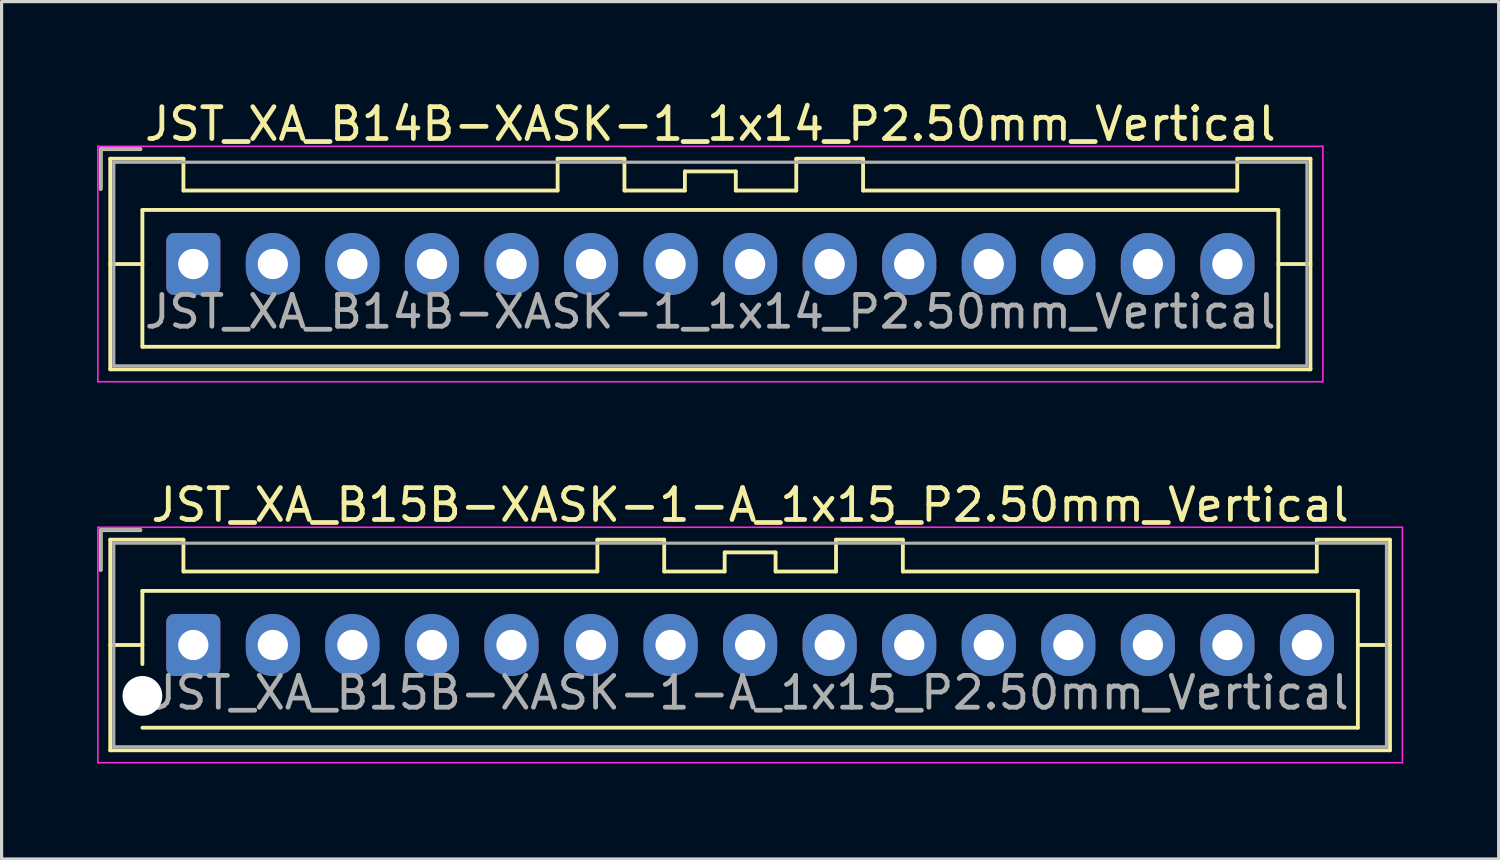
<source format=kicad_pcb>
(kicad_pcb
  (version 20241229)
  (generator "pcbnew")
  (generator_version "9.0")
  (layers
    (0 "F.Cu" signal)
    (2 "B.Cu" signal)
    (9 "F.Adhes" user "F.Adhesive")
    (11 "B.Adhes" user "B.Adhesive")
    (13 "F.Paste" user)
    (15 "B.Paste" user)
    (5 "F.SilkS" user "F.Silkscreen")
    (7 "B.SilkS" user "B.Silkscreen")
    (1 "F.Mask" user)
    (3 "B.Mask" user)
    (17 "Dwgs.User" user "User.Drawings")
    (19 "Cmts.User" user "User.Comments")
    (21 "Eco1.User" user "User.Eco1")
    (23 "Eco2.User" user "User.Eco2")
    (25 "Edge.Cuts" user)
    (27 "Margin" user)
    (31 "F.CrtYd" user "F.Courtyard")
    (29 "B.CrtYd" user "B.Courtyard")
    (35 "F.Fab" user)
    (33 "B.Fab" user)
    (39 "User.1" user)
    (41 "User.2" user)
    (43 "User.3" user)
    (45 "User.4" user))
  (footprint "JST_XA_B15B-XASK-1-A_1x15_P2.50mm_Vertical"
    (layer "F.Cu")
    (at 3.025 17.221)
    (property "Reference" "JST_XA_B15B-XASK-1-A_1x15_P2.50mm_Vertical" (at 17.5 -4.4 0) (layer "F.SilkS") (effects (font (size 1 1) (thickness 0.15))))
    (attr through_hole)
    (fp_line (start -2.91 -3.61) (end -2.91 -2.36) (stroke (width 0.12) (type solid)) (layer "F.SilkS"))
    (fp_line (start -2.61 -3.31) (end -2.61 3.31) (stroke (width 0.12) (type solid)) (layer "F.SilkS"))
    (fp_line (start -2.61 0) (end -1.6 0) (stroke (width 0.12) (type solid)) (layer "F.SilkS"))
    (fp_line (start -2.61 3.31) (end 37.61 3.31) (stroke (width 0.12) (type solid)) (layer "F.SilkS"))
    (fp_line (start -1.66 -3.61) (end -2.91 -3.61) (stroke (width 0.12) (type solid)) (layer "F.SilkS"))
    (fp_line (start -1.6 -1.7) (end 36.6 -1.7) (stroke (width 0.12) (type solid)) (layer "F.SilkS"))
    (fp_line (start -1.6 0.6) (end -1.6 -1.7) (stroke (width 0.12) (type solid)) (layer "F.SilkS"))
    (fp_line (start -0.31 -3.31) (end -2.61 -3.31) (stroke (width 0.12) (type solid)) (layer "F.SilkS"))
    (fp_line (start -0.31 -2.31) (end -0.31 -3.31) (stroke (width 0.12) (type solid)) (layer "F.SilkS"))
    (fp_line (start 12.7 -3.31) (end 12.7 -2.31) (stroke (width 0.12) (type solid)) (layer "F.SilkS"))
    (fp_line (start 12.7 -2.31) (end -0.31 -2.31) (stroke (width 0.12) (type solid)) (layer "F.SilkS"))
    (fp_line (start 14.8 -3.31) (end 12.7 -3.31) (stroke (width 0.12) (type solid)) (layer "F.SilkS"))
    (fp_line (start 14.8 -2.31) (end 14.8 -3.31) (stroke (width 0.12) (type solid)) (layer "F.SilkS"))
    (fp_line (start 16.7 -2.91) (end 16.7 -2.31) (stroke (width 0.12) (type solid)) (layer "F.SilkS"))
    (fp_line (start 16.7 -2.31) (end 14.8 -2.31) (stroke (width 0.12) (type solid)) (layer "F.SilkS"))
    (fp_line (start 18.3 -2.91) (end 16.7 -2.91) (stroke (width 0.12) (type solid)) (layer "F.SilkS"))
    (fp_line (start 18.3 -2.31) (end 18.3 -2.91) (stroke (width 0.12) (type solid)) (layer "F.SilkS"))
    (fp_line (start 20.2 -3.31) (end 20.2 -2.31) (stroke (width 0.12) (type solid)) (layer "F.SilkS"))
    (fp_line (start 20.2 -2.31) (end 18.3 -2.31) (stroke (width 0.12) (type solid)) (layer "F.SilkS"))
    (fp_line (start 22.3 -3.31) (end 20.2 -3.31) (stroke (width 0.12) (type solid)) (layer "F.SilkS"))
    (fp_line (start 22.3 -2.31) (end 22.3 -3.31) (stroke (width 0.12) (type solid)) (layer "F.SilkS"))
    (fp_line (start 35.31 -3.31) (end 35.31 -2.31) (stroke (width 0.12) (type solid)) (layer "F.SilkS"))
    (fp_line (start 35.31 -2.31) (end 22.3 -2.31) (stroke (width 0.12) (type solid)) (layer "F.SilkS"))
    (fp_line (start 36.6 -1.7) (end 36.6 2.6) (stroke (width 0.12) (type solid)) (layer "F.SilkS"))
    (fp_line (start 36.6 2.6) (end -1.6 2.6) (stroke (width 0.12) (type solid)) (layer "F.SilkS"))
    (fp_line (start 37.61 -3.31) (end 35.31 -3.31) (stroke (width 0.12) (type solid)) (layer "F.SilkS"))
    (fp_line (start 37.61 0) (end 36.6 0) (stroke (width 0.12) (type solid)) (layer "F.SilkS"))
    (fp_line (start 37.61 3.31) (end 37.61 -3.31) (stroke (width 0.12) (type solid)) (layer "F.SilkS"))
    (fp_line (start -3 -3.7) (end -3 3.7) (stroke (width 0.05) (type solid)) (layer "F.CrtYd"))
    (fp_line (start -3 3.7) (end 38 3.7) (stroke (width 0.05) (type solid)) (layer "F.CrtYd"))
    (fp_line (start 38 -3.7) (end -3 -3.7) (stroke (width 0.05) (type solid)) (layer "F.CrtYd"))
    (fp_line (start 38 3.7) (end 38 -3.7) (stroke (width 0.05) (type solid)) (layer "F.CrtYd"))
    (fp_line (start -2.91 -3.61) (end -2.91 -2.36) (stroke (width 0.1) (type solid)) (layer "F.Fab"))
    (fp_line (start -2.5 -3.2) (end -2.5 3.2) (stroke (width 0.1) (type solid)) (layer "F.Fab"))
    (fp_line (start -2.5 3.2) (end 37.5 3.2) (stroke (width 0.1) (type solid)) (layer "F.Fab"))
    (fp_line (start -1.66 -3.61) (end -2.91 -3.61) (stroke (width 0.1) (type solid)) (layer "F.Fab"))
    (fp_line (start 37.5 -3.2) (end -2.5 -3.2) (stroke (width 0.1) (type solid)) (layer "F.Fab"))
    (fp_line (start 37.5 3.2) (end 37.5 -3.2) (stroke (width 0.1) (type solid)) (layer "F.Fab"))
    (fp_text user "${REFERENCE}" (at 17.5 1.5 0) (layer "F.Fab") (effects (font (size 1 1) (thickness 0.15))))
    (pad "" np_thru_hole circle (at -1.6 1.6) (size 1.25 1.25) (drill 1.25) (layers "*.Cu" "*.Mask"))
    (pad "1" thru_hole roundrect (at 0 0) (size 1.7 1.95) (drill 0.95) (layers "*.Cu" "*.Mask") (roundrect_rratio 0.147))
    (pad "2" thru_hole oval (at 2.5 0) (size 1.7 1.95) (drill 0.95) (layers "*.Cu" "*.Mask"))
    (pad "3" thru_hole oval (at 5 0) (size 1.7 1.95) (drill 0.95) (layers "*.Cu" "*.Mask"))
    (pad "4" thru_hole oval (at 7.5 0) (size 1.7 1.95) (drill 0.95) (layers "*.Cu" "*.Mask"))
    (pad "5" thru_hole oval (at 10 0) (size 1.7 1.95) (drill 0.95) (layers "*.Cu" "*.Mask"))
    (pad "6" thru_hole oval (at 12.5 0) (size 1.7 1.95) (drill 0.95) (layers "*.Cu" "*.Mask"))
    (pad "7" thru_hole oval (at 15 0) (size 1.7 1.95) (drill 0.95) (layers "*.Cu" "*.Mask"))
    (pad "8" thru_hole oval (at 17.5 0) (size 1.7 1.95) (drill 0.95) (layers "*.Cu" "*.Mask"))
    (pad "9" thru_hole oval (at 20 0) (size 1.7 1.95) (drill 0.95) (layers "*.Cu" "*.Mask"))
    (pad "10" thru_hole oval (at 22.5 0) (size 1.7 1.95) (drill 0.95) (layers "*.Cu" "*.Mask"))
    (pad "11" thru_hole oval (at 25 0) (size 1.7 1.95) (drill 0.95) (layers "*.Cu" "*.Mask"))
    (pad "12" thru_hole oval (at 27.5 0) (size 1.7 1.95) (drill 0.95) (layers "*.Cu" "*.Mask"))
    (pad "13" thru_hole oval (at 30 0) (size 1.7 1.95) (drill 0.95) (layers "*.Cu" "*.Mask"))
    (pad "14" thru_hole oval (at 32.5 0) (size 1.7 1.95) (drill 0.95) (layers "*.Cu" "*.Mask"))
    (pad "15" thru_hole oval (at 35 0) (size 1.7 1.95) (drill 0.95) (layers "*.Cu" "*.Mask")))
  (footprint "JST_XA_B14B-XASK-1_1x14_P2.50mm_Vertical"
    (layer "F.Cu")
    (at 3.025 5.248)
    (property "Reference" "JST_XA_B14B-XASK-1_1x14_P2.50mm_Vertical" (at 16.25 -4.4 0) (layer "F.SilkS") (effects (font (size 1 1) (thickness 0.15))))
    (attr through_hole)
    (fp_line (start -2.91 -3.61) (end -2.91 -2.36) (stroke (width 0.12) (type solid)) (layer "F.SilkS"))
    (fp_line (start -2.61 -3.31) (end -2.61 3.31) (stroke (width 0.12) (type solid)) (layer "F.SilkS"))
    (fp_line (start -2.61 0) (end -1.6 0) (stroke (width 0.12) (type solid)) (layer "F.SilkS"))
    (fp_line (start -2.61 3.31) (end 35.11 3.31) (stroke (width 0.12) (type solid)) (layer "F.SilkS"))
    (fp_line (start -1.66 -3.61) (end -2.91 -3.61) (stroke (width 0.12) (type solid)) (layer "F.SilkS"))
    (fp_line (start -1.6 -1.7) (end -1.6 2.6) (stroke (width 0.12) (type solid)) (layer "F.SilkS"))
    (fp_line (start -1.6 2.6) (end 34.1 2.6) (stroke (width 0.12) (type solid)) (layer "F.SilkS"))
    (fp_line (start -0.31 -3.31) (end -2.61 -3.31) (stroke (width 0.12) (type solid)) (layer "F.SilkS"))
    (fp_line (start -0.31 -2.31) (end -0.31 -3.31) (stroke (width 0.12) (type solid)) (layer "F.SilkS"))
    (fp_line (start 11.45 -3.31) (end 11.45 -2.31) (stroke (width 0.12) (type solid)) (layer "F.SilkS"))
    (fp_line (start 11.45 -2.31) (end -0.31 -2.31) (stroke (width 0.12) (type solid)) (layer "F.SilkS"))
    (fp_line (start 13.55 -3.31) (end 11.45 -3.31) (stroke (width 0.12) (type solid)) (layer "F.SilkS"))
    (fp_line (start 13.55 -2.31) (end 13.55 -3.31) (stroke (width 0.12) (type solid)) (layer "F.SilkS"))
    (fp_line (start 15.45 -2.91) (end 15.45 -2.31) (stroke (width 0.12) (type solid)) (layer "F.SilkS"))
    (fp_line (start 15.45 -2.31) (end 13.55 -2.31) (stroke (width 0.12) (type solid)) (layer "F.SilkS"))
    (fp_line (start 17.05 -2.91) (end 15.45 -2.91) (stroke (width 0.12) (type solid)) (layer "F.SilkS"))
    (fp_line (start 17.05 -2.31) (end 17.05 -2.91) (stroke (width 0.12) (type solid)) (layer "F.SilkS"))
    (fp_line (start 18.95 -3.31) (end 18.95 -2.31) (stroke (width 0.12) (type solid)) (layer "F.SilkS"))
    (fp_line (start 18.95 -2.31) (end 17.05 -2.31) (stroke (width 0.12) (type solid)) (layer "F.SilkS"))
    (fp_line (start 21.05 -3.31) (end 18.95 -3.31) (stroke (width 0.12) (type solid)) (layer "F.SilkS"))
    (fp_line (start 21.05 -2.31) (end 21.05 -3.31) (stroke (width 0.12) (type solid)) (layer "F.SilkS"))
    (fp_line (start 32.81 -3.31) (end 32.81 -2.31) (stroke (width 0.12) (type solid)) (layer "F.SilkS"))
    (fp_line (start 32.81 -2.31) (end 21.05 -2.31) (stroke (width 0.12) (type solid)) (layer "F.SilkS"))
    (fp_line (start 34.1 -1.7) (end -1.6 -1.7) (stroke (width 0.12) (type solid)) (layer "F.SilkS"))
    (fp_line (start 34.1 2.6) (end 34.1 -1.7) (stroke (width 0.12) (type solid)) (layer "F.SilkS"))
    (fp_line (start 35.11 -3.31) (end 32.81 -3.31) (stroke (width 0.12) (type solid)) (layer "F.SilkS"))
    (fp_line (start 35.11 0) (end 34.1 0) (stroke (width 0.12) (type solid)) (layer "F.SilkS"))
    (fp_line (start 35.11 3.31) (end 35.11 -3.31) (stroke (width 0.12) (type solid)) (layer "F.SilkS"))
    (fp_line (start -3 -3.7) (end -3 3.7) (stroke (width 0.05) (type solid)) (layer "F.CrtYd"))
    (fp_line (start -3 3.7) (end 35.5 3.7) (stroke (width 0.05) (type solid)) (layer "F.CrtYd"))
    (fp_line (start 35.5 -3.7) (end -3 -3.7) (stroke (width 0.05) (type solid)) (layer "F.CrtYd"))
    (fp_line (start 35.5 3.7) (end 35.5 -3.7) (stroke (width 0.05) (type solid)) (layer "F.CrtYd"))
    (fp_line (start -2.91 -3.61) (end -2.91 -2.36) (stroke (width 0.1) (type solid)) (layer "F.Fab"))
    (fp_line (start -2.5 -3.2) (end -2.5 3.2) (stroke (width 0.1) (type solid)) (layer "F.Fab"))
    (fp_line (start -2.5 3.2) (end 35 3.2) (stroke (width 0.1) (type solid)) (layer "F.Fab"))
    (fp_line (start -1.66 -3.61) (end -2.91 -3.61) (stroke (width 0.1) (type solid)) (layer "F.Fab"))
    (fp_line (start 35 -3.2) (end -2.5 -3.2) (stroke (width 0.1) (type solid)) (layer "F.Fab"))
    (fp_line (start 35 3.2) (end 35 -3.2) (stroke (width 0.1) (type solid)) (layer "F.Fab"))
    (fp_text user "${REFERENCE}" (at 16.25 1.5 0) (layer "F.Fab") (effects (font (size 1 1) (thickness 0.15))))
    (pad "1" thru_hole roundrect (at 0 0) (size 1.7 1.95) (drill 0.95) (layers "*.Cu" "*.Mask") (roundrect_rratio 0.147))
    (pad "2" thru_hole oval (at 2.5 0) (size 1.7 1.95) (drill 0.95) (layers "*.Cu" "*.Mask"))
    (pad "3" thru_hole oval (at 5 0) (size 1.7 1.95) (drill 0.95) (layers "*.Cu" "*.Mask"))
    (pad "4" thru_hole oval (at 7.5 0) (size 1.7 1.95) (drill 0.95) (layers "*.Cu" "*.Mask"))
    (pad "5" thru_hole oval (at 10 0) (size 1.7 1.95) (drill 0.95) (layers "*.Cu" "*.Mask"))
    (pad "6" thru_hole oval (at 12.5 0) (size 1.7 1.95) (drill 0.95) (layers "*.Cu" "*.Mask"))
    (pad "7" thru_hole oval (at 15 0) (size 1.7 1.95) (drill 0.95) (layers "*.Cu" "*.Mask"))
    (pad "8" thru_hole oval (at 17.5 0) (size 1.7 1.95) (drill 0.95) (layers "*.Cu" "*.Mask"))
    (pad "9" thru_hole oval (at 20 0) (size 1.7 1.95) (drill 0.95) (layers "*.Cu" "*.Mask"))
    (pad "10" thru_hole oval (at 22.5 0) (size 1.7 1.95) (drill 0.95) (layers "*.Cu" "*.Mask"))
    (pad "11" thru_hole oval (at 25 0) (size 1.7 1.95) (drill 0.95) (layers "*.Cu" "*.Mask"))
    (pad "12" thru_hole oval (at 27.5 0) (size 1.7 1.95) (drill 0.95) (layers "*.Cu" "*.Mask"))
    (pad "13" thru_hole oval (at 30 0) (size 1.7 1.95) (drill 0.95) (layers "*.Cu" "*.Mask"))
    (pad "14" thru_hole oval (at 32.5 0) (size 1.7 1.95) (drill 0.95) (layers "*.Cu" "*.Mask")))
  (gr_rect
    (start -3 -3)
    (end 44.05 23.947)
    (stroke (width 0.1) (type default))
    (fill no)
    (layer "Edge.Cuts")))
</source>
